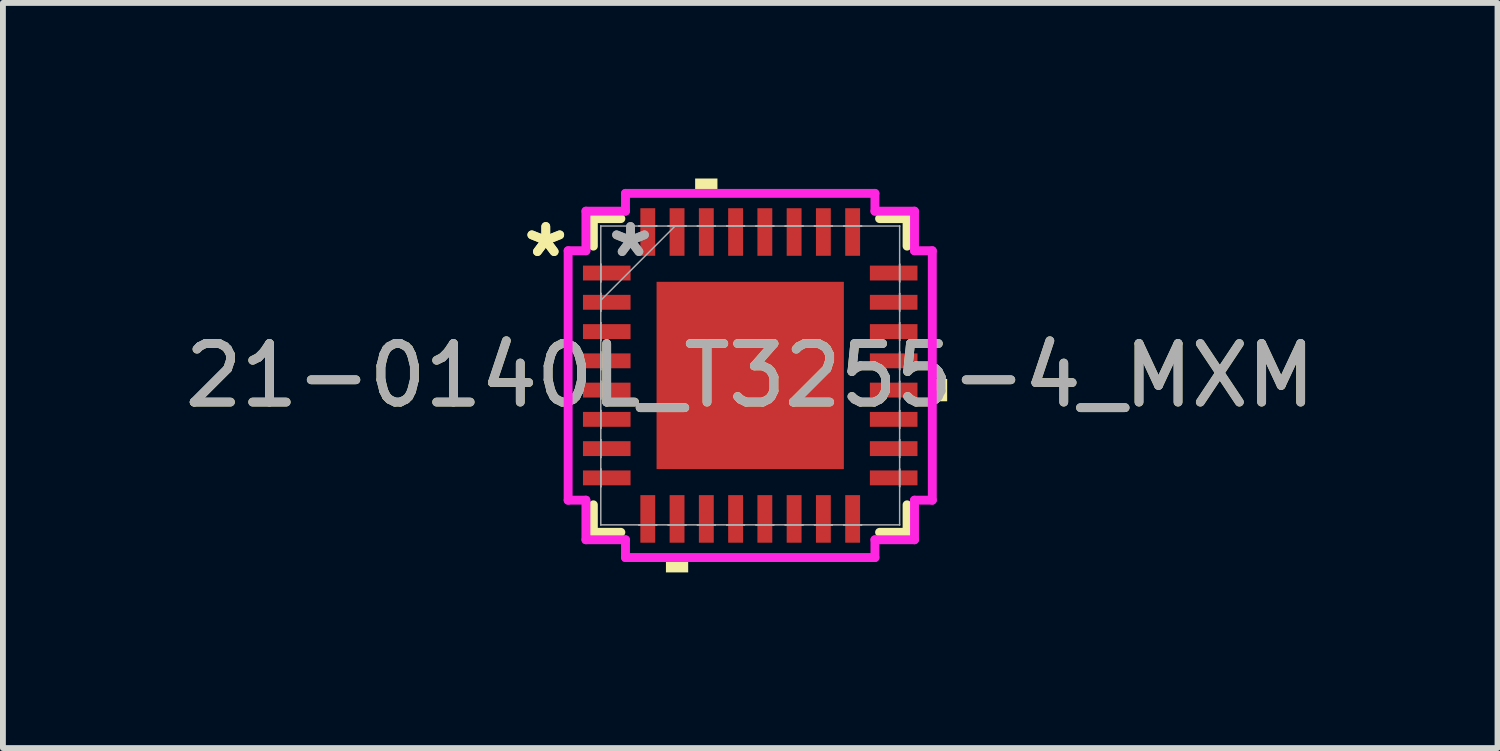
<source format=kicad_pcb>
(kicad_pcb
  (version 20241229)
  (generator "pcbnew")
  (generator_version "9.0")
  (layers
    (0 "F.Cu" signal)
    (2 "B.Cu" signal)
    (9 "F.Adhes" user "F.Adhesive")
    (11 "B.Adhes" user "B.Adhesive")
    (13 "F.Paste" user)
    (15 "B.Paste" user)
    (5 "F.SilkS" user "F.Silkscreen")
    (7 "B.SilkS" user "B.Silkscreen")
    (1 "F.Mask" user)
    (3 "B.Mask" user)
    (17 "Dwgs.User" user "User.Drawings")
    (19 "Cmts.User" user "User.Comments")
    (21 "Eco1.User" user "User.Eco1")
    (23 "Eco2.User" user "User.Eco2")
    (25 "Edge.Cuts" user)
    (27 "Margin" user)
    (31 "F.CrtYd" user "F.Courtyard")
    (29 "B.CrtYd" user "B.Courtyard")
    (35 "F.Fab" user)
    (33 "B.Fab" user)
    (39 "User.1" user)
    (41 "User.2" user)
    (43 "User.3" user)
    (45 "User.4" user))
  (footprint "21-0140L_T3255-4_MXM"
    (layer "F.Cu")
    (at 9.768 3.365)
    (property "Reference" "21-0140L_T3255-4_MXM" (at 0 0 0) (unlocked yes) (layer "F.SilkS") (effects (font (size 1 1) (thickness 0.15))))
    (attr smd)
    (fp_line (start -2.68 -2.68) (end -2.68 -2.21) (stroke (width 0.152) (type solid)) (layer "F.SilkS"))
    (fp_line (start -2.68 2.21) (end -2.68 2.68) (stroke (width 0.152) (type solid)) (layer "F.SilkS"))
    (fp_line (start -2.68 2.68) (end -2.21 2.68) (stroke (width 0.152) (type solid)) (layer "F.SilkS"))
    (fp_line (start -2.21 -2.68) (end -2.68 -2.68) (stroke (width 0.152) (type solid)) (layer "F.SilkS"))
    (fp_line (start 2.21 2.68) (end 2.68 2.68) (stroke (width 0.152) (type solid)) (layer "F.SilkS"))
    (fp_line (start 2.68 -2.68) (end 2.21 -2.68) (stroke (width 0.152) (type solid)) (layer "F.SilkS"))
    (fp_line (start 2.68 -2.21) (end 2.68 -2.68) (stroke (width 0.152) (type solid)) (layer "F.SilkS"))
    (fp_line (start 2.68 2.68) (end 2.68 2.21) (stroke (width 0.152) (type solid)) (layer "F.SilkS"))
    (fp_poly (pts (xy -1.44 3.111) (xy -1.44 3.365) (xy -1.06 3.365) (xy -1.06 3.111)) (stroke (width 0) (type solid)) (fill yes) (layer "F.SilkS"))
    (fp_poly (pts (xy -0.941 -3.111) (xy -0.941 -3.365) (xy -0.56 -3.365) (xy -0.56 -3.111)) (stroke (width 0) (type solid)) (fill yes) (layer "F.SilkS"))
    (fp_poly (pts (xy 3.365 0.059) (xy 3.365 0.441) (xy 3.111 0.441) (xy 3.111 0.059)) (stroke (width 0) (type solid)) (fill yes) (layer "F.SilkS"))
    (fp_poly (pts (xy -1.5 -1.5) (xy -1.5 -0.1) (xy -0.1 -0.1) (xy -0.1 -1.5)) (stroke (width 0) (type solid)) (fill yes) (layer "F.Paste"))
    (fp_poly (pts (xy -1.5 0.1) (xy -1.5 1.5) (xy -0.1 1.5) (xy -0.1 0.1)) (stroke (width 0) (type solid)) (fill yes) (layer "F.Paste"))
    (fp_poly (pts (xy 0.1 -1.5) (xy 0.1 -0.1) (xy 1.5 -0.1) (xy 1.5 -1.5)) (stroke (width 0) (type solid)) (fill yes) (layer "F.Paste"))
    (fp_poly (pts (xy 0.1 0.1) (xy 0.1 1.5) (xy 1.5 1.5) (xy 1.5 0.1)) (stroke (width 0) (type solid)) (fill yes) (layer "F.Paste"))
    (fp_line (start -3.111 -2.131) (end -2.807 -2.131) (stroke (width 0.152) (type solid)) (layer "F.CrtYd"))
    (fp_line (start -3.111 2.131) (end -3.111 -2.131) (stroke (width 0.152) (type solid)) (layer "F.CrtYd"))
    (fp_line (start -2.807 -2.807) (end -2.131 -2.807) (stroke (width 0.152) (type solid)) (layer "F.CrtYd"))
    (fp_line (start -2.807 -2.131) (end -2.807 -2.807) (stroke (width 0.152) (type solid)) (layer "F.CrtYd"))
    (fp_line (start -2.807 2.131) (end -3.111 2.131) (stroke (width 0.152) (type solid)) (layer "F.CrtYd"))
    (fp_line (start -2.807 2.807) (end -2.807 2.131) (stroke (width 0.152) (type solid)) (layer "F.CrtYd"))
    (fp_line (start -2.131 -3.111) (end 2.131 -3.111) (stroke (width 0.152) (type solid)) (layer "F.CrtYd"))
    (fp_line (start -2.131 -2.807) (end -2.131 -3.111) (stroke (width 0.152) (type solid)) (layer "F.CrtYd"))
    (fp_line (start -2.131 2.807) (end -2.807 2.807) (stroke (width 0.152) (type solid)) (layer "F.CrtYd"))
    (fp_line (start -2.131 3.111) (end -2.131 2.807) (stroke (width 0.152) (type solid)) (layer "F.CrtYd"))
    (fp_line (start 2.131 -3.111) (end 2.131 -2.807) (stroke (width 0.152) (type solid)) (layer "F.CrtYd"))
    (fp_line (start 2.131 -2.807) (end 2.807 -2.807) (stroke (width 0.152) (type solid)) (layer "F.CrtYd"))
    (fp_line (start 2.131 2.807) (end 2.131 3.111) (stroke (width 0.152) (type solid)) (layer "F.CrtYd"))
    (fp_line (start 2.131 3.111) (end -2.131 3.111) (stroke (width 0.152) (type solid)) (layer "F.CrtYd"))
    (fp_line (start 2.807 -2.807) (end 2.807 -2.131) (stroke (width 0.152) (type solid)) (layer "F.CrtYd"))
    (fp_line (start 2.807 -2.131) (end 3.111 -2.131) (stroke (width 0.152) (type solid)) (layer "F.CrtYd"))
    (fp_line (start 2.807 2.131) (end 2.807 2.807) (stroke (width 0.152) (type solid)) (layer "F.CrtYd"))
    (fp_line (start 2.807 2.807) (end 2.131 2.807) (stroke (width 0.152) (type solid)) (layer "F.CrtYd"))
    (fp_line (start 3.111 -2.131) (end 3.111 2.131) (stroke (width 0.152) (type solid)) (layer "F.CrtYd"))
    (fp_line (start 3.111 2.131) (end 2.807 2.131) (stroke (width 0.152) (type solid)) (layer "F.CrtYd"))
    (fp_line (start -2.553 -2.553) (end -2.553 -2.553) (stroke (width 0.025) (type solid)) (layer "F.Fab"))
    (fp_line (start -2.553 -2.553) (end -2.553 2.553) (stroke (width 0.025) (type solid)) (layer "F.Fab"))
    (fp_line (start -2.553 -1.902) (end -2.553 -1.902) (stroke (width 0.025) (type solid)) (layer "F.Fab"))
    (fp_line (start -2.553 -1.902) (end -2.553 -1.598) (stroke (width 0.025) (type solid)) (layer "F.Fab"))
    (fp_line (start -2.553 -1.598) (end -2.553 -1.902) (stroke (width 0.025) (type solid)) (layer "F.Fab"))
    (fp_line (start -2.553 -1.598) (end -2.553 -1.598) (stroke (width 0.025) (type solid)) (layer "F.Fab"))
    (fp_line (start -2.553 -1.402) (end -2.553 -1.402) (stroke (width 0.025) (type solid)) (layer "F.Fab"))
    (fp_line (start -2.553 -1.402) (end -2.553 -1.098) (stroke (width 0.025) (type solid)) (layer "F.Fab"))
    (fp_line (start -2.553 -1.283) (end -1.283 -2.553) (stroke (width 0.025) (type solid)) (layer "F.Fab"))
    (fp_line (start -2.553 -1.098) (end -2.553 -1.402) (stroke (width 0.025) (type solid)) (layer "F.Fab"))
    (fp_line (start -2.553 -1.098) (end -2.553 -1.098) (stroke (width 0.025) (type solid)) (layer "F.Fab"))
    (fp_line (start -2.553 -0.902) (end -2.553 -0.902) (stroke (width 0.025) (type solid)) (layer "F.Fab"))
    (fp_line (start -2.553 -0.902) (end -2.553 -0.598) (stroke (width 0.025) (type solid)) (layer "F.Fab"))
    (fp_line (start -2.553 -0.598) (end -2.553 -0.902) (stroke (width 0.025) (type solid)) (layer "F.Fab"))
    (fp_line (start -2.553 -0.598) (end -2.553 -0.598) (stroke (width 0.025) (type solid)) (layer "F.Fab"))
    (fp_line (start -2.553 -0.402) (end -2.553 -0.402) (stroke (width 0.025) (type solid)) (layer "F.Fab"))
    (fp_line (start -2.553 -0.402) (end -2.553 -0.098) (stroke (width 0.025) (type solid)) (layer "F.Fab"))
    (fp_line (start -2.553 -0.098) (end -2.553 -0.402) (stroke (width 0.025) (type solid)) (layer "F.Fab"))
    (fp_line (start -2.553 -0.098) (end -2.553 -0.098) (stroke (width 0.025) (type solid)) (layer "F.Fab"))
    (fp_line (start -2.553 0.098) (end -2.553 0.098) (stroke (width 0.025) (type solid)) (layer "F.Fab"))
    (fp_line (start -2.553 0.098) (end -2.553 0.402) (stroke (width 0.025) (type solid)) (layer "F.Fab"))
    (fp_line (start -2.553 0.402) (end -2.553 0.098) (stroke (width 0.025) (type solid)) (layer "F.Fab"))
    (fp_line (start -2.553 0.402) (end -2.553 0.402) (stroke (width 0.025) (type solid)) (layer "F.Fab"))
    (fp_line (start -2.553 0.598) (end -2.553 0.598) (stroke (width 0.025) (type solid)) (layer "F.Fab"))
    (fp_line (start -2.553 0.598) (end -2.553 0.902) (stroke (width 0.025) (type solid)) (layer "F.Fab"))
    (fp_line (start -2.553 0.902) (end -2.553 0.598) (stroke (width 0.025) (type solid)) (layer "F.Fab"))
    (fp_line (start -2.553 0.902) (end -2.553 0.902) (stroke (width 0.025) (type solid)) (layer "F.Fab"))
    (fp_line (start -2.553 1.098) (end -2.553 1.098) (stroke (width 0.025) (type solid)) (layer "F.Fab"))
    (fp_line (start -2.553 1.098) (end -2.553 1.402) (stroke (width 0.025) (type solid)) (layer "F.Fab"))
    (fp_line (start -2.553 1.402) (end -2.553 1.098) (stroke (width 0.025) (type solid)) (layer "F.Fab"))
    (fp_line (start -2.553 1.402) (end -2.553 1.402) (stroke (width 0.025) (type solid)) (layer "F.Fab"))
    (fp_line (start -2.553 1.598) (end -2.553 1.598) (stroke (width 0.025) (type solid)) (layer "F.Fab"))
    (fp_line (start -2.553 1.598) (end -2.553 1.902) (stroke (width 0.025) (type solid)) (layer "F.Fab"))
    (fp_line (start -2.553 1.902) (end -2.553 1.598) (stroke (width 0.025) (type solid)) (layer "F.Fab"))
    (fp_line (start -2.553 1.902) (end -2.553 1.902) (stroke (width 0.025) (type solid)) (layer "F.Fab"))
    (fp_line (start -2.553 2.553) (end -2.553 2.553) (stroke (width 0.025) (type solid)) (layer "F.Fab"))
    (fp_line (start -2.553 2.553) (end 2.553 2.553) (stroke (width 0.025) (type solid)) (layer "F.Fab"))
    (fp_line (start -1.902 -2.553) (end -1.902 -2.553) (stroke (width 0.025) (type solid)) (layer "F.Fab"))
    (fp_line (start -1.902 -2.553) (end -1.598 -2.553) (stroke (width 0.025) (type solid)) (layer "F.Fab"))
    (fp_line (start -1.902 2.553) (end -1.902 2.553) (stroke (width 0.025) (type solid)) (layer "F.Fab"))
    (fp_line (start -1.902 2.553) (end -1.598 2.553) (stroke (width 0.025) (type solid)) (layer "F.Fab"))
    (fp_line (start -1.598 -2.553) (end -1.902 -2.553) (stroke (width 0.025) (type solid)) (layer "F.Fab"))
    (fp_line (start -1.598 -2.553) (end -1.598 -2.553) (stroke (width 0.025) (type solid)) (layer "F.Fab"))
    (fp_line (start -1.598 2.553) (end -1.902 2.553) (stroke (width 0.025) (type solid)) (layer "F.Fab"))
    (fp_line (start -1.598 2.553) (end -1.598 2.553) (stroke (width 0.025) (type solid)) (layer "F.Fab"))
    (fp_line (start -1.402 -2.553) (end -1.402 -2.553) (stroke (width 0.025) (type solid)) (layer "F.Fab"))
    (fp_line (start -1.402 -2.553) (end -1.098 -2.553) (stroke (width 0.025) (type solid)) (layer "F.Fab"))
    (fp_line (start -1.402 2.553) (end -1.402 2.553) (stroke (width 0.025) (type solid)) (layer "F.Fab"))
    (fp_line (start -1.402 2.553) (end -1.098 2.553) (stroke (width 0.025) (type solid)) (layer "F.Fab"))
    (fp_line (start -1.098 -2.553) (end -1.402 -2.553) (stroke (width 0.025) (type solid)) (layer "F.Fab"))
    (fp_line (start -1.098 -2.553) (end -1.098 -2.553) (stroke (width 0.025) (type solid)) (layer "F.Fab"))
    (fp_line (start -1.098 2.553) (end -1.402 2.553) (stroke (width 0.025) (type solid)) (layer "F.Fab"))
    (fp_line (start -1.098 2.553) (end -1.098 2.553) (stroke (width 0.025) (type solid)) (layer "F.Fab"))
    (fp_line (start -0.902 -2.553) (end -0.902 -2.553) (stroke (width 0.025) (type solid)) (layer "F.Fab"))
    (fp_line (start -0.902 -2.553) (end -0.598 -2.553) (stroke (width 0.025) (type solid)) (layer "F.Fab"))
    (fp_line (start -0.902 2.553) (end -0.902 2.553) (stroke (width 0.025) (type solid)) (layer "F.Fab"))
    (fp_line (start -0.902 2.553) (end -0.598 2.553) (stroke (width 0.025) (type solid)) (layer "F.Fab"))
    (fp_line (start -0.598 -2.553) (end -0.902 -2.553) (stroke (width 0.025) (type solid)) (layer "F.Fab"))
    (fp_line (start -0.598 -2.553) (end -0.598 -2.553) (stroke (width 0.025) (type solid)) (layer "F.Fab"))
    (fp_line (start -0.598 2.553) (end -0.902 2.553) (stroke (width 0.025) (type solid)) (layer "F.Fab"))
    (fp_line (start -0.598 2.553) (end -0.598 2.553) (stroke (width 0.025) (type solid)) (layer "F.Fab"))
    (fp_line (start -0.402 -2.553) (end -0.402 -2.553) (stroke (width 0.025) (type solid)) (layer "F.Fab"))
    (fp_line (start -0.402 -2.553) (end -0.098 -2.553) (stroke (width 0.025) (type solid)) (layer "F.Fab"))
    (fp_line (start -0.402 2.553) (end -0.402 2.553) (stroke (width 0.025) (type solid)) (layer "F.Fab"))
    (fp_line (start -0.402 2.553) (end -0.098 2.553) (stroke (width 0.025) (type solid)) (layer "F.Fab"))
    (fp_line (start -0.098 -2.553) (end -0.402 -2.553) (stroke (width 0.025) (type solid)) (layer "F.Fab"))
    (fp_line (start -0.098 -2.553) (end -0.098 -2.553) (stroke (width 0.025) (type solid)) (layer "F.Fab"))
    (fp_line (start -0.098 2.553) (end -0.402 2.553) (stroke (width 0.025) (type solid)) (layer "F.Fab"))
    (fp_line (start -0.098 2.553) (end -0.098 2.553) (stroke (width 0.025) (type solid)) (layer "F.Fab"))
    (fp_line (start 0.098 -2.553) (end 0.098 -2.553) (stroke (width 0.025) (type solid)) (layer "F.Fab"))
    (fp_line (start 0.098 -2.553) (end 0.402 -2.553) (stroke (width 0.025) (type solid)) (layer "F.Fab"))
    (fp_line (start 0.098 2.553) (end 0.098 2.553) (stroke (width 0.025) (type solid)) (layer "F.Fab"))
    (fp_line (start 0.098 2.553) (end 0.402 2.553) (stroke (width 0.025) (type solid)) (layer "F.Fab"))
    (fp_line (start 0.402 -2.553) (end 0.098 -2.553) (stroke (width 0.025) (type solid)) (layer "F.Fab"))
    (fp_line (start 0.402 -2.553) (end 0.402 -2.553) (stroke (width 0.025) (type solid)) (layer "F.Fab"))
    (fp_line (start 0.402 2.553) (end 0.098 2.553) (stroke (width 0.025) (type solid)) (layer "F.Fab"))
    (fp_line (start 0.402 2.553) (end 0.402 2.553) (stroke (width 0.025) (type solid)) (layer "F.Fab"))
    (fp_line (start 0.598 -2.553) (end 0.598 -2.553) (stroke (width 0.025) (type solid)) (layer "F.Fab"))
    (fp_line (start 0.598 -2.553) (end 0.902 -2.553) (stroke (width 0.025) (type solid)) (layer "F.Fab"))
    (fp_line (start 0.598 2.553) (end 0.598 2.553) (stroke (width 0.025) (type solid)) (layer "F.Fab"))
    (fp_line (start 0.598 2.553) (end 0.902 2.553) (stroke (width 0.025) (type solid)) (layer "F.Fab"))
    (fp_line (start 0.902 -2.553) (end 0.598 -2.553) (stroke (width 0.025) (type solid)) (layer "F.Fab"))
    (fp_line (start 0.902 -2.553) (end 0.902 -2.553) (stroke (width 0.025) (type solid)) (layer "F.Fab"))
    (fp_line (start 0.902 2.553) (end 0.598 2.553) (stroke (width 0.025) (type solid)) (layer "F.Fab"))
    (fp_line (start 0.902 2.553) (end 0.902 2.553) (stroke (width 0.025) (type solid)) (layer "F.Fab"))
    (fp_line (start 1.098 -2.553) (end 1.098 -2.553) (stroke (width 0.025) (type solid)) (layer "F.Fab"))
    (fp_line (start 1.098 -2.553) (end 1.402 -2.553) (stroke (width 0.025) (type solid)) (layer "F.Fab"))
    (fp_line (start 1.098 2.553) (end 1.098 2.553) (stroke (width 0.025) (type solid)) (layer "F.Fab"))
    (fp_line (start 1.098 2.553) (end 1.402 2.553) (stroke (width 0.025) (type solid)) (layer "F.Fab"))
    (fp_line (start 1.402 -2.553) (end 1.098 -2.553) (stroke (width 0.025) (type solid)) (layer "F.Fab"))
    (fp_line (start 1.402 -2.553) (end 1.402 -2.553) (stroke (width 0.025) (type solid)) (layer "F.Fab"))
    (fp_line (start 1.402 2.553) (end 1.098 2.553) (stroke (width 0.025) (type solid)) (layer "F.Fab"))
    (fp_line (start 1.402 2.553) (end 1.402 2.553) (stroke (width 0.025) (type solid)) (layer "F.Fab"))
    (fp_line (start 1.598 -2.553) (end 1.598 -2.553) (stroke (width 0.025) (type solid)) (layer "F.Fab"))
    (fp_line (start 1.598 -2.553) (end 1.902 -2.553) (stroke (width 0.025) (type solid)) (layer "F.Fab"))
    (fp_line (start 1.598 2.553) (end 1.598 2.553) (stroke (width 0.025) (type solid)) (layer "F.Fab"))
    (fp_line (start 1.598 2.553) (end 1.902 2.553) (stroke (width 0.025) (type solid)) (layer "F.Fab"))
    (fp_line (start 1.902 -2.553) (end 1.598 -2.553) (stroke (width 0.025) (type solid)) (layer "F.Fab"))
    (fp_line (start 1.902 -2.553) (end 1.902 -2.553) (stroke (width 0.025) (type solid)) (layer "F.Fab"))
    (fp_line (start 1.902 2.553) (end 1.598 2.553) (stroke (width 0.025) (type solid)) (layer "F.Fab"))
    (fp_line (start 1.902 2.553) (end 1.902 2.553) (stroke (width 0.025) (type solid)) (layer "F.Fab"))
    (fp_line (start 2.553 -2.553) (end -2.553 -2.553) (stroke (width 0.025) (type solid)) (layer "F.Fab"))
    (fp_line (start 2.553 -2.553) (end 2.553 -2.553) (stroke (width 0.025) (type solid)) (layer "F.Fab"))
    (fp_line (start 2.553 -1.902) (end 2.553 -1.902) (stroke (width 0.025) (type solid)) (layer "F.Fab"))
    (fp_line (start 2.553 -1.902) (end 2.553 -1.598) (stroke (width 0.025) (type solid)) (layer "F.Fab"))
    (fp_line (start 2.553 -1.598) (end 2.553 -1.902) (stroke (width 0.025) (type solid)) (layer "F.Fab"))
    (fp_line (start 2.553 -1.598) (end 2.553 -1.598) (stroke (width 0.025) (type solid)) (layer "F.Fab"))
    (fp_line (start 2.553 -1.402) (end 2.553 -1.402) (stroke (width 0.025) (type solid)) (layer "F.Fab"))
    (fp_line (start 2.553 -1.402) (end 2.553 -1.098) (stroke (width 0.025) (type solid)) (layer "F.Fab"))
    (fp_line (start 2.553 -1.098) (end 2.553 -1.402) (stroke (width 0.025) (type solid)) (layer "F.Fab"))
    (fp_line (start 2.553 -1.098) (end 2.553 -1.098) (stroke (width 0.025) (type solid)) (layer "F.Fab"))
    (fp_line (start 2.553 -0.902) (end 2.553 -0.902) (stroke (width 0.025) (type solid)) (layer "F.Fab"))
    (fp_line (start 2.553 -0.902) (end 2.553 -0.598) (stroke (width 0.025) (type solid)) (layer "F.Fab"))
    (fp_line (start 2.553 -0.598) (end 2.553 -0.902) (stroke (width 0.025) (type solid)) (layer "F.Fab"))
    (fp_line (start 2.553 -0.598) (end 2.553 -0.598) (stroke (width 0.025) (type solid)) (layer "F.Fab"))
    (fp_line (start 2.553 -0.402) (end 2.553 -0.402) (stroke (width 0.025) (type solid)) (layer "F.Fab"))
    (fp_line (start 2.553 -0.402) (end 2.553 -0.098) (stroke (width 0.025) (type solid)) (layer "F.Fab"))
    (fp_line (start 2.553 -0.098) (end 2.553 -0.402) (stroke (width 0.025) (type solid)) (layer "F.Fab"))
    (fp_line (start 2.553 -0.098) (end 2.553 -0.098) (stroke (width 0.025) (type solid)) (layer "F.Fab"))
    (fp_line (start 2.553 0.098) (end 2.553 0.098) (stroke (width 0.025) (type solid)) (layer "F.Fab"))
    (fp_line (start 2.553 0.098) (end 2.553 0.402) (stroke (width 0.025) (type solid)) (layer "F.Fab"))
    (fp_line (start 2.553 0.402) (end 2.553 0.098) (stroke (width 0.025) (type solid)) (layer "F.Fab"))
    (fp_line (start 2.553 0.402) (end 2.553 0.402) (stroke (width 0.025) (type solid)) (layer "F.Fab"))
    (fp_line (start 2.553 0.598) (end 2.553 0.598) (stroke (width 0.025) (type solid)) (layer "F.Fab"))
    (fp_line (start 2.553 0.598) (end 2.553 0.902) (stroke (width 0.025) (type solid)) (layer "F.Fab"))
    (fp_line (start 2.553 0.902) (end 2.553 0.598) (stroke (width 0.025) (type solid)) (layer "F.Fab"))
    (fp_line (start 2.553 0.902) (end 2.553 0.902) (stroke (width 0.025) (type solid)) (layer "F.Fab"))
    (fp_line (start 2.553 1.098) (end 2.553 1.098) (stroke (width 0.025) (type solid)) (layer "F.Fab"))
    (fp_line (start 2.553 1.098) (end 2.553 1.402) (stroke (width 0.025) (type solid)) (layer "F.Fab"))
    (fp_line (start 2.553 1.402) (end 2.553 1.098) (stroke (width 0.025) (type solid)) (layer "F.Fab"))
    (fp_line (start 2.553 1.402) (end 2.553 1.402) (stroke (width 0.025) (type solid)) (layer "F.Fab"))
    (fp_line (start 2.553 1.598) (end 2.553 1.598) (stroke (width 0.025) (type solid)) (layer "F.Fab"))
    (fp_line (start 2.553 1.598) (end 2.553 1.902) (stroke (width 0.025) (type solid)) (layer "F.Fab"))
    (fp_line (start 2.553 1.902) (end 2.553 1.598) (stroke (width 0.025) (type solid)) (layer "F.Fab"))
    (fp_line (start 2.553 1.902) (end 2.553 1.902) (stroke (width 0.025) (type solid)) (layer "F.Fab"))
    (fp_line (start 2.553 2.553) (end 2.553 -2.553) (stroke (width 0.025) (type solid)) (layer "F.Fab"))
    (fp_line (start 2.553 2.553) (end 2.553 2.553) (stroke (width 0.025) (type solid)) (layer "F.Fab"))
    (fp_text user "*" (at -3.493 -2 0) (layer "F.SilkS") (effects (font (size 1 1) (thickness 0.15))))
    (fp_text user "*" (at -3.493 -2 0) (unlocked yes) (layer "F.SilkS") (effects (font (size 1 1) (thickness 0.15))))
    (fp_text user "*" (at -2.045 -2 0) (layer "F.Fab") (effects (font (size 1 1) (thickness 0.15))))
    (fp_text user "${REFERENCE}" (at 0 0 0) (unlocked yes) (layer "F.Fab") (effects (font (size 1 1) (thickness 0.15))))
    (fp_text user "*" (at -2.045 -2 0) (unlocked yes) (layer "F.Fab") (effects (font (size 1 1) (thickness 0.15))))
    (pad "1" smd rect (at -2.451 -1.75 90) (size 0.254 0.813) (layers "F.Cu" "F.Mask" "F.Paste"))
    (pad "2" smd rect (at -2.451 -1.25 90) (size 0.254 0.813) (layers "F.Cu" "F.Mask" "F.Paste"))
    (pad "3" smd rect (at -2.451 -0.75 90) (size 0.254 0.813) (layers "F.Cu" "F.Mask" "F.Paste"))
    (pad "4" smd rect (at -2.451 -0.25 90) (size 0.254 0.813) (layers "F.Cu" "F.Mask" "F.Paste"))
    (pad "5" smd rect (at -2.451 0.25 90) (size 0.254 0.813) (layers "F.Cu" "F.Mask" "F.Paste"))
    (pad "6" smd rect (at -2.451 0.75 90) (size 0.254 0.813) (layers "F.Cu" "F.Mask" "F.Paste"))
    (pad "7" smd rect (at -2.451 1.25 90) (size 0.254 0.813) (layers "F.Cu" "F.Mask" "F.Paste"))
    (pad "8" smd rect (at -2.451 1.75 90) (size 0.254 0.813) (layers "F.Cu" "F.Mask" "F.Paste"))
    (pad "9" smd rect (at -1.75 2.451) (size 0.254 0.813) (layers "F.Cu" "F.Mask" "F.Paste"))
    (pad "10" smd rect (at -1.25 2.451) (size 0.254 0.813) (layers "F.Cu" "F.Mask" "F.Paste"))
    (pad "11" smd rect (at -0.75 2.451) (size 0.254 0.813) (layers "F.Cu" "F.Mask" "F.Paste"))
    (pad "12" smd rect (at -0.25 2.451) (size 0.254 0.813) (layers "F.Cu" "F.Mask" "F.Paste"))
    (pad "13" smd rect (at 0.25 2.451) (size 0.254 0.813) (layers "F.Cu" "F.Mask" "F.Paste"))
    (pad "14" smd rect (at 0.75 2.451) (size 0.254 0.813) (layers "F.Cu" "F.Mask" "F.Paste"))
    (pad "15" smd rect (at 1.25 2.451) (size 0.254 0.813) (layers "F.Cu" "F.Mask" "F.Paste"))
    (pad "16" smd rect (at 1.75 2.451) (size 0.254 0.813) (layers "F.Cu" "F.Mask" "F.Paste"))
    (pad "17" smd rect (at 2.451 1.75 90) (size 0.254 0.813) (layers "F.Cu" "F.Mask" "F.Paste"))
    (pad "18" smd rect (at 2.451 1.25 90) (size 0.254 0.813) (layers "F.Cu" "F.Mask" "F.Paste"))
    (pad "19" smd rect (at 2.451 0.75 90) (size 0.254 0.813) (layers "F.Cu" "F.Mask" "F.Paste"))
    (pad "20" smd rect (at 2.451 0.25 90) (size 0.254 0.813) (layers "F.Cu" "F.Mask" "F.Paste"))
    (pad "21" smd rect (at 2.451 -0.25 90) (size 0.254 0.813) (layers "F.Cu" "F.Mask" "F.Paste"))
    (pad "22" smd rect (at 2.451 -0.75 90) (size 0.254 0.813) (layers "F.Cu" "F.Mask" "F.Paste"))
    (pad "23" smd rect (at 2.451 -1.25 90) (size 0.254 0.813) (layers "F.Cu" "F.Mask" "F.Paste"))
    (pad "24" smd rect (at 2.451 -1.75 90) (size 0.254 0.813) (layers "F.Cu" "F.Mask" "F.Paste"))
    (pad "25" smd rect (at 1.75 -2.451) (size 0.254 0.813) (layers "F.Cu" "F.Mask" "F.Paste"))
    (pad "26" smd rect (at 1.25 -2.451) (size 0.254 0.813) (layers "F.Cu" "F.Mask" "F.Paste"))
    (pad "27" smd rect (at 0.75 -2.451) (size 0.254 0.813) (layers "F.Cu" "F.Mask" "F.Paste"))
    (pad "28" smd rect (at 0.25 -2.451) (size 0.254 0.813) (layers "F.Cu" "F.Mask" "F.Paste"))
    (pad "29" smd rect (at -0.25 -2.451) (size 0.254 0.813) (layers "F.Cu" "F.Mask" "F.Paste"))
    (pad "30" smd rect (at -0.75 -2.451) (size 0.254 0.813) (layers "F.Cu" "F.Mask" "F.Paste"))
    (pad "31" smd rect (at -1.25 -2.451) (size 0.254 0.813) (layers "F.Cu" "F.Mask" "F.Paste"))
    (pad "32" smd rect (at -1.75 -2.451) (size 0.254 0.813) (layers "F.Cu" "F.Mask" "F.Paste"))
    (pad "33" smd rect (at 0 0) (size 3.2 3.2) (layers "F.Cu" "F.Mask")))
  (gr_rect
    (start -3 -3)
    (end 22.536 9.731)
    (stroke (width 0.1) (type default))
    (fill no)
    (layer "Edge.Cuts")))
</source>
